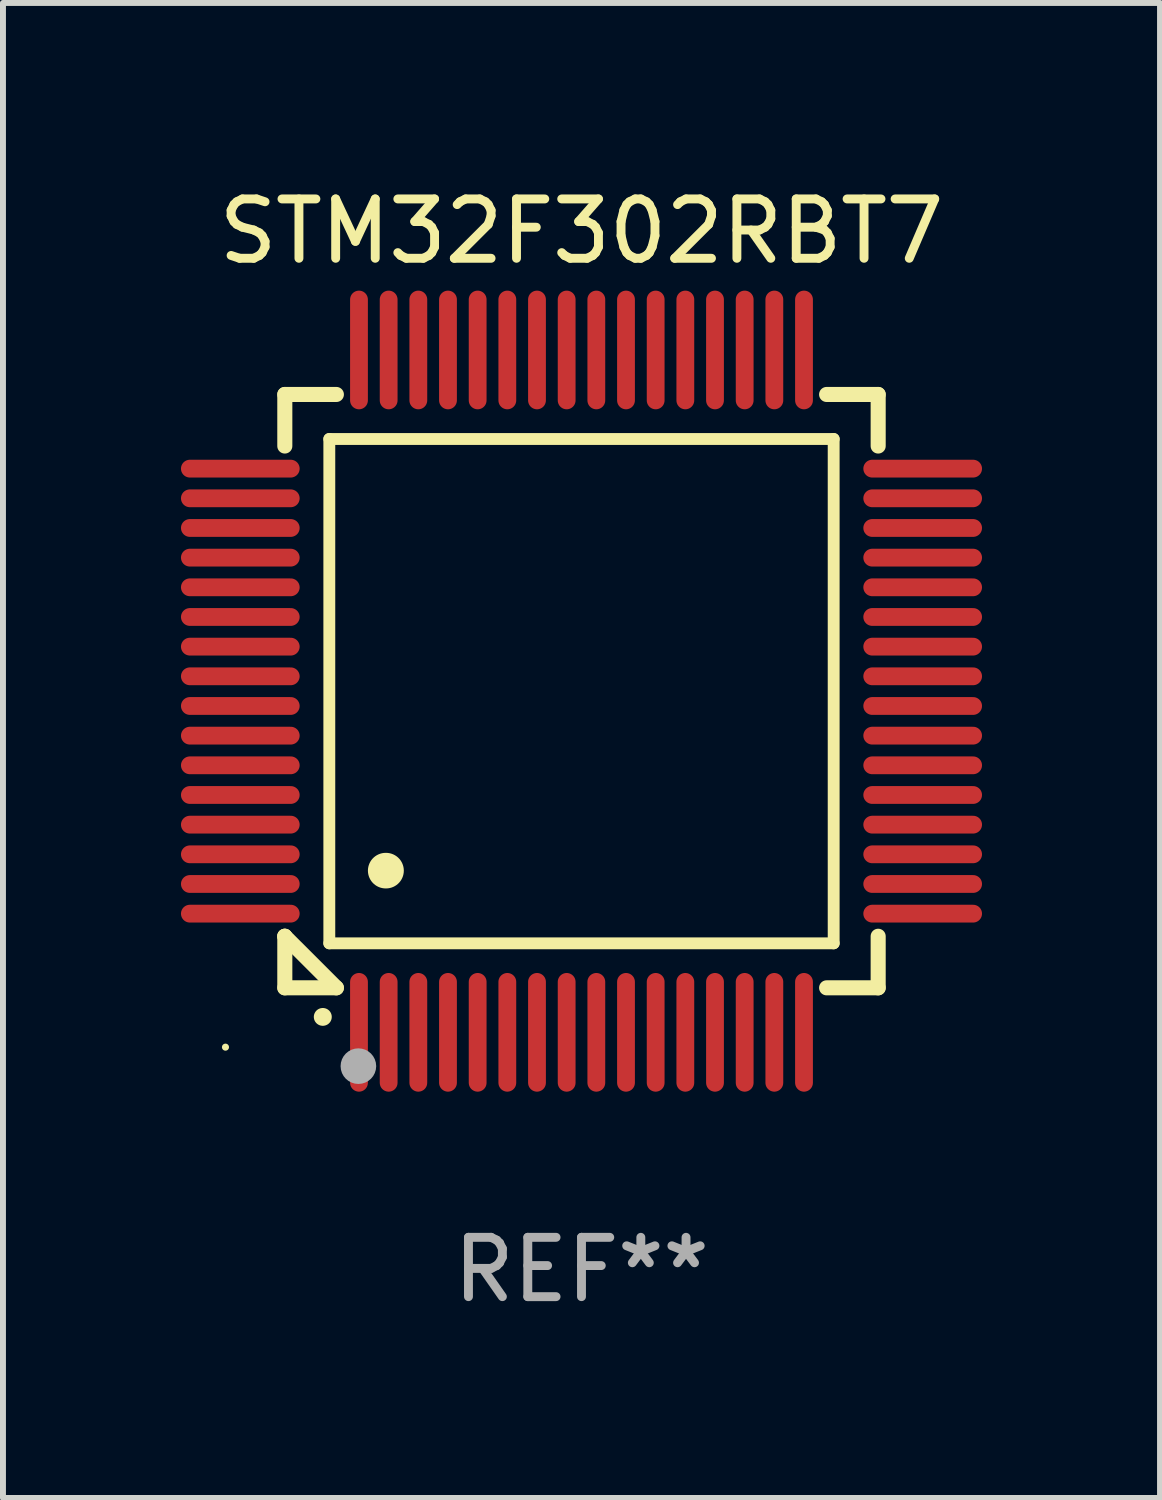
<source format=kicad_pcb>
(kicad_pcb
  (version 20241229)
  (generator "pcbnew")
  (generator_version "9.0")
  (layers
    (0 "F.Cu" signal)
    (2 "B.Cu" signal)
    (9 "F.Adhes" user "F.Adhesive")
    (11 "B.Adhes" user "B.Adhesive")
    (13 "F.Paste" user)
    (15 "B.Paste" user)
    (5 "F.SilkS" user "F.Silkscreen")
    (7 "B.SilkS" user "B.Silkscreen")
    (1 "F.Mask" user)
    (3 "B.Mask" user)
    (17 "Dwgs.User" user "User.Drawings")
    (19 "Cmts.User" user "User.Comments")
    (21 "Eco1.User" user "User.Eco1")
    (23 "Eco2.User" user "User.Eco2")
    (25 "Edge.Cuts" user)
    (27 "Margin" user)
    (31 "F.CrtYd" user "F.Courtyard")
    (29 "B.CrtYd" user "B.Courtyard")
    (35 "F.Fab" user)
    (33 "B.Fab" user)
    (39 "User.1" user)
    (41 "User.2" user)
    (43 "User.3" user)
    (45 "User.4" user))
  (footprint "STM32F302RBT7"
    (layer "F.Cu")
    (at 6.75 8.598)
    (property "Reference" "STM32F302RBT7" (at 0 -7.75 0) (layer "F.SilkS") (effects (font (size 1 1) (thickness 0.15))))
    (attr through_hole)
    (fp_line (start -5 -5) (end -4.131 -5) (stroke (width 0.254) (type solid)) (layer "F.SilkS"))
    (fp_line (start -5 -4.131) (end -5 -5) (stroke (width 0.254) (type solid)) (layer "F.SilkS"))
    (fp_line (start -5 4.131) (end -5 4.131) (stroke (width 0.254) (type solid)) (layer "F.SilkS"))
    (fp_line (start -5 5) (end -5 4.131) (stroke (width 0.254) (type solid)) (layer "F.SilkS"))
    (fp_line (start -5 4.131) (end -4.131 5) (stroke (width 0.254) (type solid)) (layer "F.SilkS"))
    (fp_line (start -4.25 -4.25) (end -4.25 4.25) (stroke (width 0.2) (type solid)) (layer "F.SilkS"))
    (fp_line (start -4.25 4.25) (end 4.25 4.25) (stroke (width 0.2) (type solid)) (layer "F.SilkS"))
    (fp_line (start -4.131 5) (end -5 5) (stroke (width 0.254) (type solid)) (layer "F.SilkS"))
    (fp_line (start 4.25 -4.25) (end -4.25 -4.25) (stroke (width 0.2) (type solid)) (layer "F.SilkS"))
    (fp_line (start 4.25 4.25) (end 4.25 -4.25) (stroke (width 0.2) (type solid)) (layer "F.SilkS"))
    (fp_line (start 5 -5) (end 4.131 -5) (stroke (width 0.254) (type solid)) (layer "F.SilkS"))
    (fp_line (start 5 -5) (end 5 -4.131) (stroke (width 0.254) (type solid)) (layer "F.SilkS"))
    (fp_line (start 5 4.131) (end 5 5) (stroke (width 0.254) (type solid)) (layer "F.SilkS"))
    (fp_line (start 5 5) (end 4.131 5) (stroke (width 0.254) (type solid)) (layer "F.SilkS"))
    (fp_arc (start -4.361265 5.489992) (mid -4.359995 5.489987) (end -4.358725 5.489992) (stroke (width 0.3) (type solid)) (layer "F.SilkS"))
    (fp_arc (start -3.299467 3.025146) (mid -3.296927 3.025135) (end -3.294387 3.025146) (stroke (width 0.6) (type solid)) (layer "F.SilkS"))
    (fp_circle (center -6 6) (end -5.97 6) (stroke (width 0.06) (type solid)) (fill no) (layer "F.SilkS"))
    (fp_circle (center -3.76 6.32) (end -3.61 6.32) (stroke (width 0.3) (type solid)) (fill no) (layer "F.Fab"))
    (fp_text user "REF**" (at 0 9.75 0) (layer "F.Fab") (effects (font (size 1 1) (thickness 0.15))))
    (pad "1" smd oval (at -3.75 5.75) (size 0.3 2) (layers "F.Cu" "F.Mask" "F.Paste"))
    (pad "2" smd oval (at -3.25 5.75) (size 0.3 2) (layers "F.Cu" "F.Mask" "F.Paste"))
    (pad "3" smd oval (at -2.75 5.75) (size 0.3 2) (layers "F.Cu" "F.Mask" "F.Paste"))
    (pad "4" smd oval (at -2.25 5.75) (size 0.3 2) (layers "F.Cu" "F.Mask" "F.Paste"))
    (pad "5" smd oval (at -1.75 5.75) (size 0.3 2) (layers "F.Cu" "F.Mask" "F.Paste"))
    (pad "6" smd oval (at -1.25 5.75) (size 0.3 2) (layers "F.Cu" "F.Mask" "F.Paste"))
    (pad "7" smd oval (at -0.75 5.75) (size 0.3 2) (layers "F.Cu" "F.Mask" "F.Paste"))
    (pad "8" smd oval (at -0.25 5.75) (size 0.3 2) (layers "F.Cu" "F.Mask" "F.Paste"))
    (pad "9" smd oval (at 0.25 5.75) (size 0.3 2) (layers "F.Cu" "F.Mask" "F.Paste"))
    (pad "10" smd oval (at 0.75 5.75) (size 0.3 2) (layers "F.Cu" "F.Mask" "F.Paste"))
    (pad "11" smd oval (at 1.25 5.75) (size 0.3 2) (layers "F.Cu" "F.Mask" "F.Paste"))
    (pad "12" smd oval (at 1.75 5.75) (size 0.3 2) (layers "F.Cu" "F.Mask" "F.Paste"))
    (pad "13" smd oval (at 2.25 5.75) (size 0.3 2) (layers "F.Cu" "F.Mask" "F.Paste"))
    (pad "14" smd oval (at 2.75 5.75) (size 0.3 2) (layers "F.Cu" "F.Mask" "F.Paste"))
    (pad "15" smd oval (at 3.25 5.75) (size 0.3 2) (layers "F.Cu" "F.Mask" "F.Paste"))
    (pad "16" smd oval (at 3.75 5.75) (size 0.3 2) (layers "F.Cu" "F.Mask" "F.Paste"))
    (pad "17" smd oval (at 5.75 3.75) (size 2 0.3) (layers "F.Cu" "F.Mask" "F.Paste"))
    (pad "18" smd oval (at 5.75 3.25) (size 2 0.3) (layers "F.Cu" "F.Mask" "F.Paste"))
    (pad "19" smd oval (at 5.75 2.75) (size 2 0.3) (layers "F.Cu" "F.Mask" "F.Paste"))
    (pad "20" smd oval (at 5.75 2.25) (size 2 0.3) (layers "F.Cu" "F.Mask" "F.Paste"))
    (pad "21" smd oval (at 5.75 1.75) (size 2 0.3) (layers "F.Cu" "F.Mask" "F.Paste"))
    (pad "22" smd oval (at 5.75 1.25) (size 2 0.3) (layers "F.Cu" "F.Mask" "F.Paste"))
    (pad "23" smd oval (at 5.75 0.75) (size 2 0.3) (layers "F.Cu" "F.Mask" "F.Paste"))
    (pad "24" smd oval (at 5.75 0.25) (size 2 0.3) (layers "F.Cu" "F.Mask" "F.Paste"))
    (pad "25" smd oval (at 5.75 -0.25) (size 2 0.3) (layers "F.Cu" "F.Mask" "F.Paste"))
    (pad "26" smd oval (at 5.75 -0.75) (size 2 0.3) (layers "F.Cu" "F.Mask" "F.Paste"))
    (pad "27" smd oval (at 5.75 -1.25) (size 2 0.3) (layers "F.Cu" "F.Mask" "F.Paste"))
    (pad "28" smd oval (at 5.75 -1.75) (size 2 0.3) (layers "F.Cu" "F.Mask" "F.Paste"))
    (pad "29" smd oval (at 5.75 -2.25) (size 2 0.3) (layers "F.Cu" "F.Mask" "F.Paste"))
    (pad "30" smd oval (at 5.75 -2.75) (size 2 0.3) (layers "F.Cu" "F.Mask" "F.Paste"))
    (pad "31" smd oval (at 5.75 -3.25) (size 2 0.3) (layers "F.Cu" "F.Mask" "F.Paste"))
    (pad "32" smd oval (at 5.75 -3.75) (size 2 0.3) (layers "F.Cu" "F.Mask" "F.Paste"))
    (pad "33" smd oval (at 3.75 -5.75) (size 0.3 2) (layers "F.Cu" "F.Mask" "F.Paste"))
    (pad "34" smd oval (at 3.25 -5.75) (size 0.3 2) (layers "F.Cu" "F.Mask" "F.Paste"))
    (pad "35" smd oval (at 2.75 -5.75) (size 0.3 2) (layers "F.Cu" "F.Mask" "F.Paste"))
    (pad "36" smd oval (at 2.25 -5.75) (size 0.3 2) (layers "F.Cu" "F.Mask" "F.Paste"))
    (pad "37" smd oval (at 1.75 -5.75) (size 0.3 2) (layers "F.Cu" "F.Mask" "F.Paste"))
    (pad "38" smd oval (at 1.25 -5.75) (size 0.3 2) (layers "F.Cu" "F.Mask" "F.Paste"))
    (pad "39" smd oval (at 0.75 -5.75) (size 0.3 2) (layers "F.Cu" "F.Mask" "F.Paste"))
    (pad "40" smd oval (at 0.25 -5.75) (size 0.3 2) (layers "F.Cu" "F.Mask" "F.Paste"))
    (pad "41" smd oval (at -0.25 -5.75) (size 0.3 2) (layers "F.Cu" "F.Mask" "F.Paste"))
    (pad "42" smd oval (at -0.75 -5.75) (size 0.3 2) (layers "F.Cu" "F.Mask" "F.Paste"))
    (pad "43" smd oval (at -1.25 -5.75) (size 0.3 2) (layers "F.Cu" "F.Mask" "F.Paste"))
    (pad "44" smd oval (at -1.75 -5.75) (size 0.3 2) (layers "F.Cu" "F.Mask" "F.Paste"))
    (pad "45" smd oval (at -2.25 -5.75) (size 0.3 2) (layers "F.Cu" "F.Mask" "F.Paste"))
    (pad "46" smd oval (at -2.75 -5.75) (size 0.3 2) (layers "F.Cu" "F.Mask" "F.Paste"))
    (pad "47" smd oval (at -3.25 -5.75) (size 0.3 2) (layers "F.Cu" "F.Mask" "F.Paste"))
    (pad "48" smd oval (at -3.75 -5.75) (size 0.3 2) (layers "F.Cu" "F.Mask" "F.Paste"))
    (pad "49" smd oval (at -5.75 -3.75) (size 2 0.3) (layers "F.Cu" "F.Mask" "F.Paste"))
    (pad "50" smd oval (at -5.75 -3.25) (size 2 0.3) (layers "F.Cu" "F.Mask" "F.Paste"))
    (pad "51" smd oval (at -5.75 -2.75) (size 2 0.3) (layers "F.Cu" "F.Mask" "F.Paste"))
    (pad "52" smd oval (at -5.75 -2.25) (size 2 0.3) (layers "F.Cu" "F.Mask" "F.Paste"))
    (pad "53" smd oval (at -5.75 -1.75) (size 2 0.3) (layers "F.Cu" "F.Mask" "F.Paste"))
    (pad "54" smd oval (at -5.75 -1.25) (size 2 0.3) (layers "F.Cu" "F.Mask" "F.Paste"))
    (pad "55" smd oval (at -5.75 -0.75) (size 2 0.3) (layers "F.Cu" "F.Mask" "F.Paste"))
    (pad "56" smd oval (at -5.75 -0.25) (size 2 0.3) (layers "F.Cu" "F.Mask" "F.Paste"))
    (pad "57" smd oval (at -5.75 0.25) (size 2 0.3) (layers "F.Cu" "F.Mask" "F.Paste"))
    (pad "58" smd oval (at -5.75 0.75) (size 2 0.3) (layers "F.Cu" "F.Mask" "F.Paste"))
    (pad "59" smd oval (at -5.75 1.25) (size 2 0.3) (layers "F.Cu" "F.Mask" "F.Paste"))
    (pad "60" smd oval (at -5.75 1.75) (size 2 0.3) (layers "F.Cu" "F.Mask" "F.Paste"))
    (pad "61" smd oval (at -5.75 2.25) (size 2 0.3) (layers "F.Cu" "F.Mask" "F.Paste"))
    (pad "62" smd oval (at -5.75 2.75) (size 2 0.3) (layers "F.Cu" "F.Mask" "F.Paste"))
    (pad "63" smd oval (at -5.75 3.25) (size 2 0.3) (layers "F.Cu" "F.Mask" "F.Paste"))
    (pad "64" smd oval (at -5.75 3.75) (size 2 0.3) (layers "F.Cu" "F.Mask" "F.Paste")))
  (gr_rect
    (start -3 -3)
    (end 16.5 22.196)
    (stroke (width 0.1) (type default))
    (fill no)
    (layer "Edge.Cuts")))
</source>
